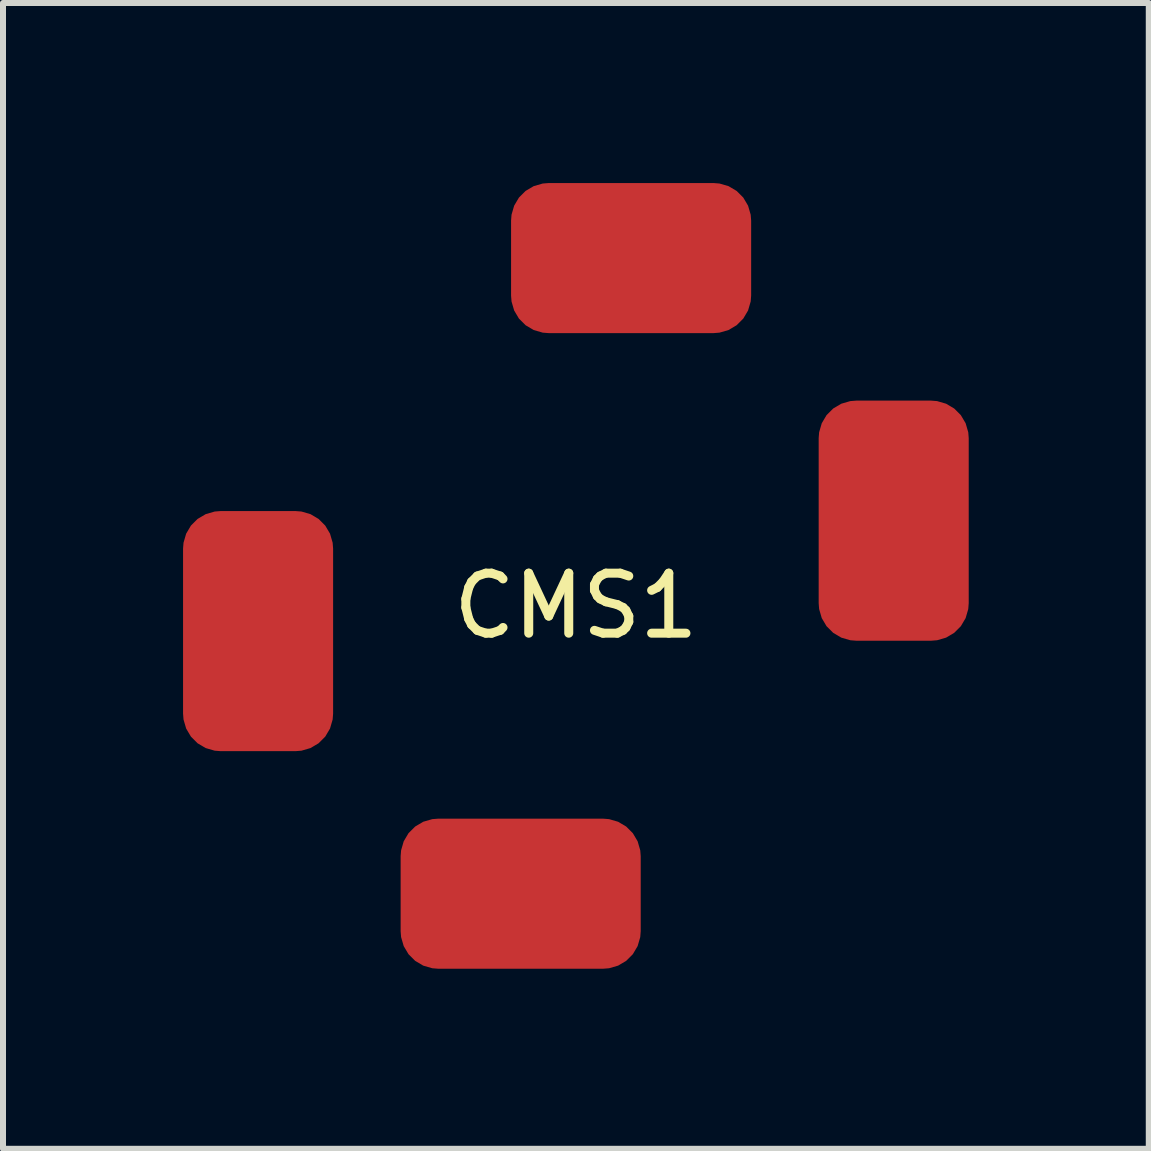
<source format=kicad_pcb>
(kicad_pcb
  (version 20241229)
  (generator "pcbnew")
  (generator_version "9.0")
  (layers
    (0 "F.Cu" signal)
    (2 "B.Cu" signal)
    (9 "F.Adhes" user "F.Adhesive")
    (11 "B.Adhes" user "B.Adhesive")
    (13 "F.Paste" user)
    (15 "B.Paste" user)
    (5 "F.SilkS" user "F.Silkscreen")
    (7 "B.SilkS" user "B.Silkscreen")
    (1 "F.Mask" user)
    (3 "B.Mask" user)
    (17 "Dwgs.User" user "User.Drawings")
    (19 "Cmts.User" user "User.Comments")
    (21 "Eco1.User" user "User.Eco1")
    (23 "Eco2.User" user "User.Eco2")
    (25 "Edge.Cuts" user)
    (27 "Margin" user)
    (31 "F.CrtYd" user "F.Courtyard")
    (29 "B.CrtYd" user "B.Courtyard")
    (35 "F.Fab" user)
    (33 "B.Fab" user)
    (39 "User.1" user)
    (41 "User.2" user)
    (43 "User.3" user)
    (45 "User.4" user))
  (footprint "CMS1"
    (layer "F.Cu")
    (at 6.545 6.545)
    (property "Reference" "CMS1" (at 0 0.5 0) (layer "F.SilkS") (effects (font (size 1 1) (thickness 0.15))))
    (attr through_hole)
    (pad "1" smd roundrect (at 5.295 -0.92) (size 2.5 4) (layers "F.Cu" "F.Mask" "F.Paste") (roundrect_rratio 0.25))
    (pad "2" smd roundrect (at 0.92 -5.295) (size 4 2.5) (layers "F.Cu" "F.Mask" "F.Paste") (roundrect_rratio 0.25))
    (pad "3" smd roundrect (at -5.295 0.92) (size 2.5 4) (layers "F.Cu" "F.Mask" "F.Paste") (roundrect_rratio 0.25))
    (pad "4" smd roundrect (at -0.92 5.295) (size 4 2.5) (layers "F.Cu" "F.Mask" "F.Paste") (roundrect_rratio 0.25)))
  (gr_rect
    (start -3 -3)
    (end 16.09 16.09)
    (stroke (width 0.1) (type default))
    (fill no)
    (layer "Edge.Cuts")))
</source>
